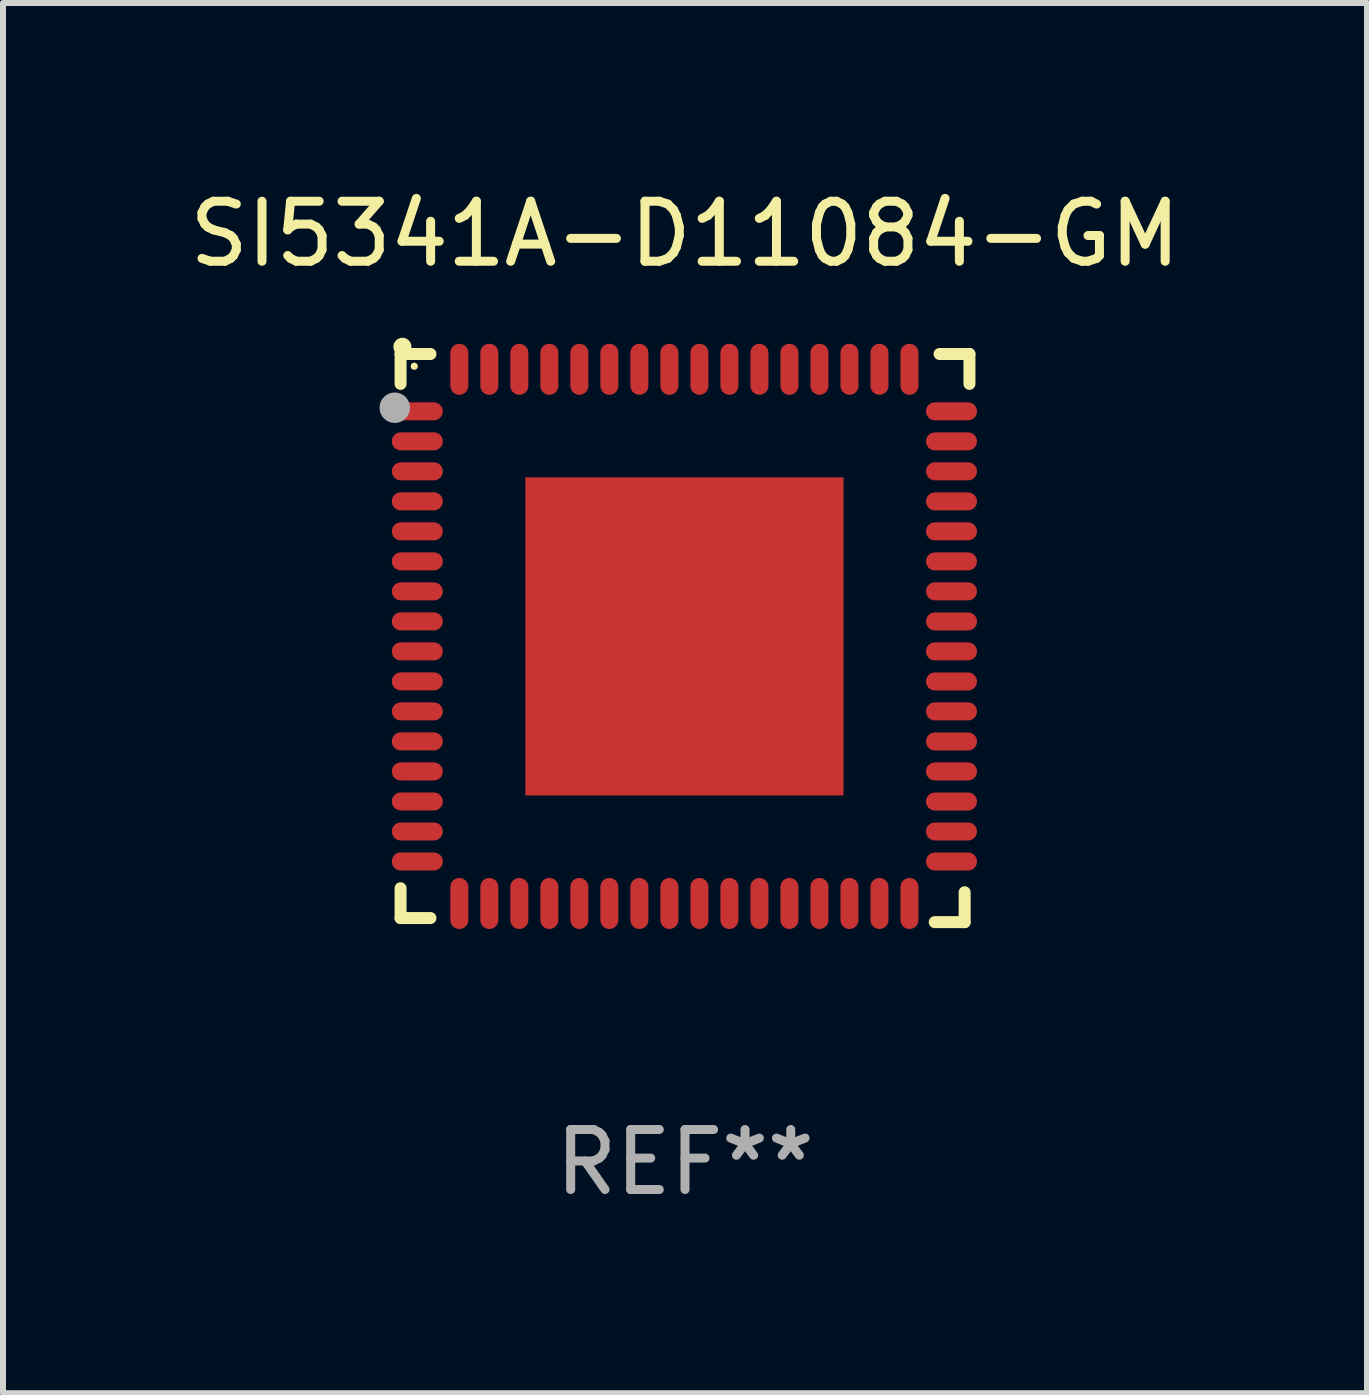
<source format=kicad_pcb>
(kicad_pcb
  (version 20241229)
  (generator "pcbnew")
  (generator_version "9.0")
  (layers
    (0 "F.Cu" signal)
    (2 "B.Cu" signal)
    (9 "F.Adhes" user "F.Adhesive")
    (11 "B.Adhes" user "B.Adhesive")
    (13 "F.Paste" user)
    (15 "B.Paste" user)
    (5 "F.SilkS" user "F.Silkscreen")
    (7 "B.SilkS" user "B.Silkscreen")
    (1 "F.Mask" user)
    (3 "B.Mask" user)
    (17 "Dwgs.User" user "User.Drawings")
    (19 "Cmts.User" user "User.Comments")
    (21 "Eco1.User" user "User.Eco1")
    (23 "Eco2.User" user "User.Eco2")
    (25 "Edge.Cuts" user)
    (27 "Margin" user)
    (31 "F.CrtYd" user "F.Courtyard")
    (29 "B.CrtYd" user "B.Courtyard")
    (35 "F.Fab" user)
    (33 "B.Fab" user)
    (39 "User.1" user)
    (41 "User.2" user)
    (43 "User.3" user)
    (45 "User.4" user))
  (footprint "SI5341A-D11084-GM"
    (layer "F.Cu")
    (at 8.363 7.581)
    (property "Reference" "SI5341A-D11084-GM" (at 0 -6.733 0) (layer "F.SilkS") (effects (font (size 1 1) (thickness 0.15))))
    (attr through_hole)
    (fp_line (start -4.739 -4.733) (end -4.241 -4.733) (stroke (width 0.2) (type solid)) (layer "F.SilkS"))
    (fp_line (start -4.739 -4.235) (end -4.739 -4.733) (stroke (width 0.2) (type solid)) (layer "F.SilkS"))
    (fp_line (start -4.739 4.168) (end -4.739 4.665) (stroke (width 0.2) (type solid)) (layer "F.SilkS"))
    (fp_line (start -4.739 4.665) (end -4.241 4.665) (stroke (width 0.2) (type solid)) (layer "F.SilkS"))
    (fp_line (start 4.161 4.733) (end 4.659 4.733) (stroke (width 0.2) (type solid)) (layer "F.SilkS"))
    (fp_line (start 4.241 -4.733) (end 4.739 -4.733) (stroke (width 0.2) (type solid)) (layer "F.SilkS"))
    (fp_line (start 4.659 4.733) (end 4.659 4.235) (stroke (width 0.2) (type solid)) (layer "F.SilkS"))
    (fp_line (start 4.739 -4.733) (end 4.739 -4.235) (stroke (width 0.2) (type solid)) (layer "F.SilkS"))
    (fp_arc (start -4.708623 -4.85108) (mid -4.708628 -4.85235) (end -4.708623 -4.85362) (stroke (width 0.3) (type solid)) (layer "F.SilkS"))
    (fp_circle (center -4.511 -4.529) (end -4.481 -4.529) (stroke (width 0.06) (type solid)) (fill no) (layer "F.SilkS"))
    (fp_circle (center -4.836 -3.838) (end -4.709 -3.838) (stroke (width 0.254) (type solid)) (fill no) (layer "F.Fab"))
    (fp_text user "REF**" (at 0 8.733 0) (layer "F.Fab") (effects (font (size 1 1) (thickness 0.15))))
    (pad "1" smd oval (at -4.46 -3.778) (size 0.85 0.3) (layers "F.Cu" "F.Mask" "F.Paste"))
    (pad "2" smd oval (at -4.46 -3.278) (size 0.85 0.3) (layers "F.Cu" "F.Mask" "F.Paste"))
    (pad "3" smd oval (at -4.46 -2.778) (size 0.85 0.3) (layers "F.Cu" "F.Mask" "F.Paste"))
    (pad "4" smd oval (at -4.46 -2.278) (size 0.85 0.3) (layers "F.Cu" "F.Mask" "F.Paste"))
    (pad "5" smd oval (at -4.46 -1.778) (size 0.85 0.3) (layers "F.Cu" "F.Mask" "F.Paste"))
    (pad "6" smd oval (at -4.46 -1.278) (size 0.85 0.3) (layers "F.Cu" "F.Mask" "F.Paste"))
    (pad "7" smd oval (at -4.46 -0.778) (size 0.85 0.3) (layers "F.Cu" "F.Mask" "F.Paste"))
    (pad "8" smd oval (at -4.46 -0.278) (size 0.85 0.3) (layers "F.Cu" "F.Mask" "F.Paste"))
    (pad "9" smd oval (at -4.46 0.222) (size 0.85 0.3) (layers "F.Cu" "F.Mask" "F.Paste"))
    (pad "10" smd oval (at -4.46 0.722) (size 0.85 0.3) (layers "F.Cu" "F.Mask" "F.Paste"))
    (pad "11" smd oval (at -4.46 1.222) (size 0.85 0.3) (layers "F.Cu" "F.Mask" "F.Paste"))
    (pad "12" smd oval (at -4.46 1.722) (size 0.85 0.3) (layers "F.Cu" "F.Mask" "F.Paste"))
    (pad "13" smd oval (at -4.46 2.222) (size 0.85 0.3) (layers "F.Cu" "F.Mask" "F.Paste"))
    (pad "14" smd oval (at -4.46 2.722) (size 0.85 0.3) (layers "F.Cu" "F.Mask" "F.Paste"))
    (pad "15" smd oval (at -4.46 3.222) (size 0.85 0.3) (layers "F.Cu" "F.Mask" "F.Paste"))
    (pad "16" smd oval (at -4.46 3.722) (size 0.85 0.3) (layers "F.Cu" "F.Mask" "F.Paste"))
    (pad "17" smd oval (at -3.76 4.422) (size 0.3 0.85) (layers "F.Cu" "F.Mask" "F.Paste"))
    (pad "18" smd oval (at -3.26 4.422) (size 0.3 0.85) (layers "F.Cu" "F.Mask" "F.Paste"))
    (pad "19" smd oval (at -2.76 4.422) (size 0.3 0.85) (layers "F.Cu" "F.Mask" "F.Paste"))
    (pad "20" smd oval (at -2.26 4.422) (size 0.3 0.85) (layers "F.Cu" "F.Mask" "F.Paste"))
    (pad "21" smd oval (at -1.76 4.422) (size 0.3 0.85) (layers "F.Cu" "F.Mask" "F.Paste"))
    (pad "22" smd oval (at -1.26 4.422) (size 0.3 0.85) (layers "F.Cu" "F.Mask" "F.Paste"))
    (pad "23" smd oval (at -0.76 4.422) (size 0.3 0.85) (layers "F.Cu" "F.Mask" "F.Paste"))
    (pad "24" smd oval (at -0.26 4.422) (size 0.3 0.85) (layers "F.Cu" "F.Mask" "F.Paste"))
    (pad "25" smd oval (at 0.24 4.422) (size 0.3 0.85) (layers "F.Cu" "F.Mask" "F.Paste"))
    (pad "26" smd oval (at 0.74 4.422) (size 0.3 0.85) (layers "F.Cu" "F.Mask" "F.Paste"))
    (pad "27" smd oval (at 1.24 4.422) (size 0.3 0.85) (layers "F.Cu" "F.Mask" "F.Paste"))
    (pad "28" smd oval (at 1.74 4.422) (size 0.3 0.85) (layers "F.Cu" "F.Mask" "F.Paste"))
    (pad "29" smd oval (at 2.24 4.422) (size 0.3 0.85) (layers "F.Cu" "F.Mask" "F.Paste"))
    (pad "30" smd oval (at 2.74 4.422) (size 0.3 0.85) (layers "F.Cu" "F.Mask" "F.Paste"))
    (pad "31" smd oval (at 3.24 4.422) (size 0.3 0.85) (layers "F.Cu" "F.Mask" "F.Paste"))
    (pad "32" smd oval (at 3.74 4.422) (size 0.3 0.85) (layers "F.Cu" "F.Mask" "F.Paste"))
    (pad "33" smd oval (at 4.44 3.723) (size 0.85 0.3) (layers "F.Cu" "F.Mask" "F.Paste"))
    (pad "34" smd oval (at 4.44 3.222) (size 0.85 0.3) (layers "F.Cu" "F.Mask" "F.Paste"))
    (pad "35" smd oval (at 4.44 2.723) (size 0.85 0.3) (layers "F.Cu" "F.Mask" "F.Paste"))
    (pad "36" smd oval (at 4.44 2.222) (size 0.85 0.3) (layers "F.Cu" "F.Mask" "F.Paste"))
    (pad "37" smd oval (at 4.44 1.723) (size 0.85 0.3) (layers "F.Cu" "F.Mask" "F.Paste"))
    (pad "38" smd oval (at 4.44 1.222) (size 0.85 0.3) (layers "F.Cu" "F.Mask" "F.Paste"))
    (pad "39" smd oval (at 4.44 0.723) (size 0.85 0.3) (layers "F.Cu" "F.Mask" "F.Paste"))
    (pad "40" smd oval (at 4.44 0.222) (size 0.85 0.3) (layers "F.Cu" "F.Mask" "F.Paste"))
    (pad "41" smd oval (at 4.44 -0.277) (size 0.85 0.3) (layers "F.Cu" "F.Mask" "F.Paste"))
    (pad "42" smd oval (at 4.44 -0.778) (size 0.85 0.3) (layers "F.Cu" "F.Mask" "F.Paste"))
    (pad "43" smd oval (at 4.44 -1.277) (size 0.85 0.3) (layers "F.Cu" "F.Mask" "F.Paste"))
    (pad "44" smd oval (at 4.44 -1.778) (size 0.85 0.3) (layers "F.Cu" "F.Mask" "F.Paste"))
    (pad "45" smd oval (at 4.44 -2.277) (size 0.85 0.3) (layers "F.Cu" "F.Mask" "F.Paste"))
    (pad "46" smd oval (at 4.44 -2.778) (size 0.85 0.3) (layers "F.Cu" "F.Mask" "F.Paste"))
    (pad "47" smd oval (at 4.44 -3.277) (size 0.85 0.3) (layers "F.Cu" "F.Mask" "F.Paste"))
    (pad "48" smd oval (at 4.44 -3.778) (size 0.85 0.3) (layers "F.Cu" "F.Mask" "F.Paste"))
    (pad "49" smd oval (at 3.74 -4.478) (size 0.3 0.85) (layers "F.Cu" "F.Mask" "F.Paste"))
    (pad "50" smd oval (at 3.24 -4.478) (size 0.3 0.85) (layers "F.Cu" "F.Mask" "F.Paste"))
    (pad "51" smd oval (at 2.74 -4.478) (size 0.3 0.85) (layers "F.Cu" "F.Mask" "F.Paste"))
    (pad "52" smd oval (at 2.24 -4.478) (size 0.3 0.85) (layers "F.Cu" "F.Mask" "F.Paste"))
    (pad "53" smd oval (at 1.74 -4.478) (size 0.3 0.85) (layers "F.Cu" "F.Mask" "F.Paste"))
    (pad "54" smd oval (at 1.24 -4.478) (size 0.3 0.85) (layers "F.Cu" "F.Mask" "F.Paste"))
    (pad "55" smd oval (at 0.74 -4.478) (size 0.3 0.85) (layers "F.Cu" "F.Mask" "F.Paste"))
    (pad "56" smd oval (at 0.24 -4.478) (size 0.3 0.85) (layers "F.Cu" "F.Mask" "F.Paste"))
    (pad "57" smd oval (at -0.26 -4.478) (size 0.3 0.85) (layers "F.Cu" "F.Mask" "F.Paste"))
    (pad "58" smd oval (at -0.76 -4.478) (size 0.3 0.85) (layers "F.Cu" "F.Mask" "F.Paste"))
    (pad "59" smd oval (at -1.26 -4.478) (size 0.3 0.85) (layers "F.Cu" "F.Mask" "F.Paste"))
    (pad "60" smd oval (at -1.76 -4.478) (size 0.3 0.85) (layers "F.Cu" "F.Mask" "F.Paste"))
    (pad "61" smd oval (at -2.26 -4.478) (size 0.3 0.85) (layers "F.Cu" "F.Mask" "F.Paste"))
    (pad "62" smd oval (at -2.76 -4.478) (size 0.3 0.85) (layers "F.Cu" "F.Mask" "F.Paste"))
    (pad "63" smd oval (at -3.26 -4.478) (size 0.3 0.85) (layers "F.Cu" "F.Mask" "F.Paste"))
    (pad "64" smd oval (at -3.76 -4.478) (size 0.3 0.85) (layers "F.Cu" "F.Mask" "F.Paste"))
    (pad "65" smd rect (at -0.009 -0.028 90) (size 5.3 5.3) (layers "F.Cu" "F.Mask" "F.Paste")))
  (gr_rect
    (start -3 -3)
    (end 19.726 20.162)
    (stroke (width 0.1) (type default))
    (fill no)
    (layer "Edge.Cuts")))
</source>
